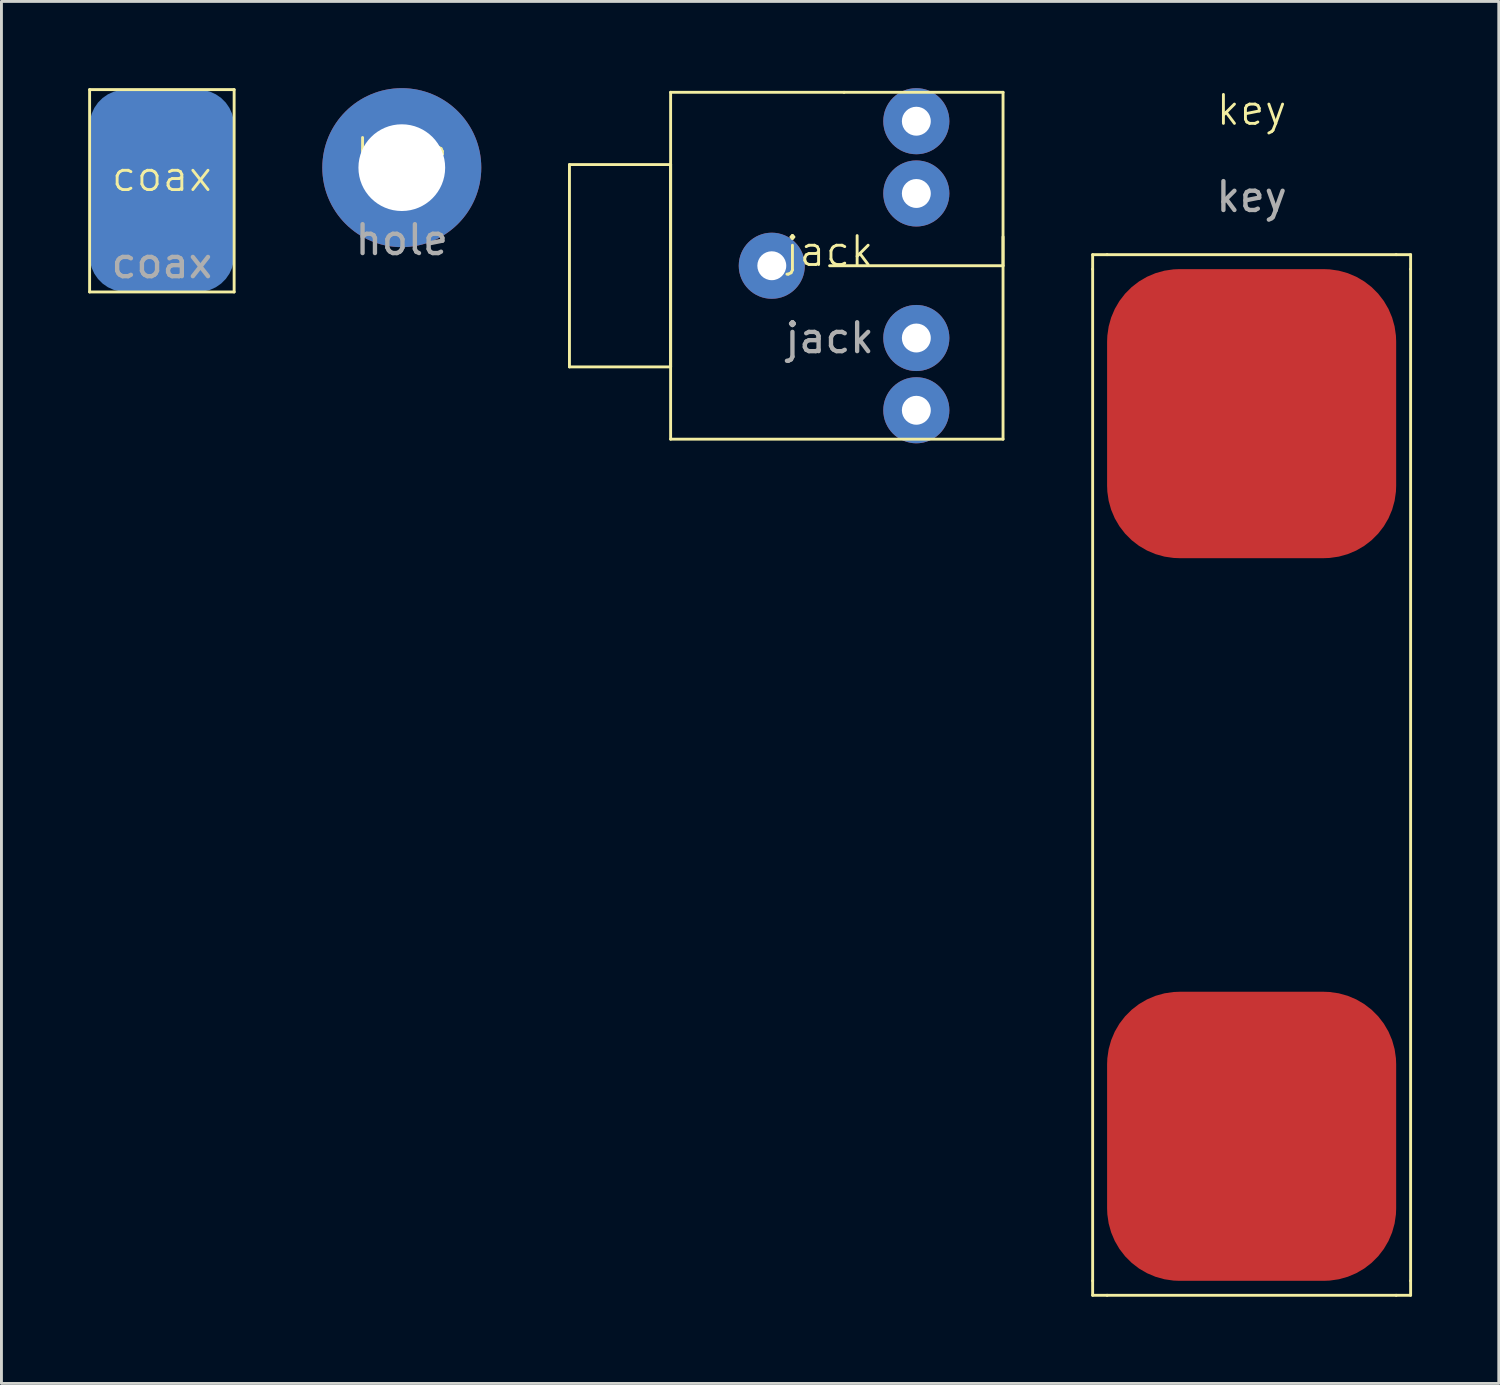
<source format=kicad_pcb>
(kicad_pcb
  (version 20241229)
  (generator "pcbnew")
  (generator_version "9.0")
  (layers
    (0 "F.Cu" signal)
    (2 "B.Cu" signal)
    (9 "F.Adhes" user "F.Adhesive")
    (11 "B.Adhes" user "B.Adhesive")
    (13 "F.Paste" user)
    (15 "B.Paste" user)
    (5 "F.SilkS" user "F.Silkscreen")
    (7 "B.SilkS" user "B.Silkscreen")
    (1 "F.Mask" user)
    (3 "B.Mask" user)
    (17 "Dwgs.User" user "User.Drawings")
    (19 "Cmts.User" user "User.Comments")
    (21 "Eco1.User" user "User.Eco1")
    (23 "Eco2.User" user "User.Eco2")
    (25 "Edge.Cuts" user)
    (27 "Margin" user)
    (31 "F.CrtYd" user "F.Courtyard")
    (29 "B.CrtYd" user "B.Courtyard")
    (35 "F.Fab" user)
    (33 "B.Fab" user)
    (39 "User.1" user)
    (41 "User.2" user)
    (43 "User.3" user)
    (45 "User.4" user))
  (footprint "jack"
    (layer "F.Cu")
    (at 25.65 6.143)
    (property "Reference" "jack" (at 0 -0.5 0) (unlocked yes) (layer "F.SilkS") (effects (font (size 1 1) (thickness 0.1))))
    (attr smd)
    (fp_line (start -9 -3.5) (end -9 3.5) (stroke (width 0.1) (type default)) (layer "F.SilkS"))
    (fp_line (start -9 3.5) (end -5.5 3.5) (stroke (width 0.1) (type default)) (layer "F.SilkS"))
    (fp_line (start -5.5 -6) (end -5.5 -3.5) (stroke (width 0.1) (type default)) (layer "F.SilkS"))
    (fp_line (start -5.5 -3.5) (end -9 -3.5) (stroke (width 0.1) (type default)) (layer "F.SilkS"))
    (fp_line (start -5.5 -3.5) (end -5.5 6) (stroke (width 0.1) (type default)) (layer "F.SilkS"))
    (fp_line (start -5.5 3.5) (end -5.5 -3.5) (stroke (width 0.1) (type default)) (layer "F.SilkS"))
    (fp_line (start -5.5 6) (end 6 6) (stroke (width 0.1) (type default)) (layer "F.SilkS"))
    (fp_line (start 0 0) (end 6 0) (stroke (width 0.1) (type default)) (layer "F.SilkS"))
    (fp_line (start 0.5 -6) (end -5.5 -6) (stroke (width 0.1) (type default)) (layer "F.SilkS"))
    (fp_line (start 6 -6) (end 0.5 -6) (stroke (width 0.1) (type default)) (layer "F.SilkS"))
    (fp_line (start 6 0) (end 6 -6) (stroke (width 0.1) (type default)) (layer "F.SilkS"))
    (fp_line (start 6 6) (end 6 -1) (stroke (width 0.1) (type default)) (layer "F.SilkS"))
    (fp_text user "${REFERENCE}" (at 0 2.5 0) (unlocked yes) (layer "F.Fab") (effects (font (size 1 1) (thickness 0.15))))
    (pad "1" thru_hole circle (at 3 -5) (size 2.286 2.286) (drill 1) (layers "*.Cu" "*.Mask"))
    (pad "2" thru_hole circle (at 3 -2.5) (size 2.286 2.286) (drill 1) (layers "*.Cu" "*.Mask"))
    (pad "3" thru_hole circle (at 3 2.5) (size 2.286 2.286) (drill 1) (layers "*.Cu" "*.Mask"))
    (pad "4" thru_hole circle (at 3 5) (size 2.286 2.286) (drill 1) (layers "*.Cu" "*.Mask"))
    (pad "5" thru_hole circle (at -2 0) (size 2.286 2.286) (drill 1) (layers "*.Cu" "*.Mask")))
  (footprint "coax"
    (layer "F.Cu")
    (at 2.55 3.55)
    (property "Reference" "coax" (at 0 -0.5 0) (unlocked yes) (layer "F.SilkS") (effects (font (size 1 1) (thickness 0.1))))
    (attr smd)
    (fp_line (start -2.5 -3.5) (end 2.5 -3.5) (stroke (width 0.1) (type default)) (layer "F.SilkS"))
    (fp_line (start -2.5 3.5) (end -2.5 -3.5) (stroke (width 0.1) (type default)) (layer "F.SilkS"))
    (fp_line (start 2.5 -3.5) (end 2.5 3.5) (stroke (width 0.1) (type default)) (layer "F.SilkS"))
    (fp_line (start 2.5 3.5) (end -2.5 3.5) (stroke (width 0.1) (type default)) (layer "F.SilkS"))
    (fp_text user "${REFERENCE}" (at 0 2.5 0) (unlocked yes) (layer "F.Fab") (effects (font (size 1 1) (thickness 0.15))))
    (pad "1" smd roundrect (at 0 0) (size 5 2) (layers "F.Cu" "F.Mask" "F.Paste") (roundrect_rratio 0.25))
    (pad "2" smd roundrect (at 0 0) (size 5 7) (layers "B.Cu" "B.Mask" "B.Paste") (roundrect_rratio 0.25)))
  (footprint "hole"
    (layer "F.Cu")
    (at 10.85 2.75)
    (property "Reference" "hole" (at 0 -0.5 0) (unlocked yes) (layer "F.SilkS") (effects (font (size 1 1) (thickness 0.1))))
    (attr smd)
    (fp_text user "${REFERENCE}" (at 0 2.5 0) (unlocked yes) (layer "F.Fab") (effects (font (size 1 1) (thickness 0.15))))
    (pad "1" thru_hole circle (at 0 0) (size 5.5 5.5) (drill 3) (layers "*.Cu" "*.Mask")))
  (footprint "key"
    (layer "F.Cu")
    (at 40.25 1.26)
    (property "Reference" "key" (at 0 -0.5 0) (unlocked yes) (layer "F.SilkS") (effects (font (size 1 1) (thickness 0.1))))
    (attr smd)
    (fp_line (start -5.5 4.5) (end -5.5 5) (stroke (width 0.1) (type default)) (layer "F.SilkS"))
    (fp_line (start -5.5 40) (end -5.5 5) (stroke (width 0.1) (type default)) (layer "F.SilkS"))
    (fp_line (start -5.5 40.5) (end -5.5 40) (stroke (width 0.1) (type default)) (layer "F.SilkS"))
    (fp_line (start -5 4.5) (end -5.5 4.5) (stroke (width 0.1) (type default)) (layer "F.SilkS"))
    (fp_line (start -5 4.5) (end 5 4.5) (stroke (width 0.1) (type default)) (layer "F.SilkS"))
    (fp_line (start -5 40.5) (end -5.5 40.5) (stroke (width 0.1) (type default)) (layer "F.SilkS"))
    (fp_line (start 5 4.5) (end 5.5 4.5) (stroke (width 0.1) (type default)) (layer "F.SilkS"))
    (fp_line (start 5 40.5) (end -5 40.5) (stroke (width 0.1) (type default)) (layer "F.SilkS"))
    (fp_line (start 5.5 4.5) (end 5.5 5) (stroke (width 0.1) (type default)) (layer "F.SilkS"))
    (fp_line (start 5.5 5) (end 5.5 40) (stroke (width 0.1) (type default)) (layer "F.SilkS"))
    (fp_line (start 5.5 40) (end 5.5 40.5) (stroke (width 0.1) (type default)) (layer "F.SilkS"))
    (fp_line (start 5.5 40.5) (end 5 40.5) (stroke (width 0.1) (type default)) (layer "F.SilkS"))
    (fp_text user "${REFERENCE}" (at 0 2.5 0) (unlocked yes) (layer "F.Fab") (effects (font (size 1 1) (thickness 0.15))))
    (pad "1" smd roundrect (at 0 10) (size 10 10) (layers "F.Cu" "F.Mask" "F.Paste") (roundrect_rratio 0.25))
    (pad "1" smd roundrect (at 0 35) (size 10 10) (layers "F.Cu" "F.Mask" "F.Paste") (roundrect_rratio 0.25)))
  (gr_rect
    (start -3 -3)
    (end 48.8 44.81)
    (stroke (width 0.1) (type default))
    (fill no)
    (layer "Edge.Cuts")))
</source>
